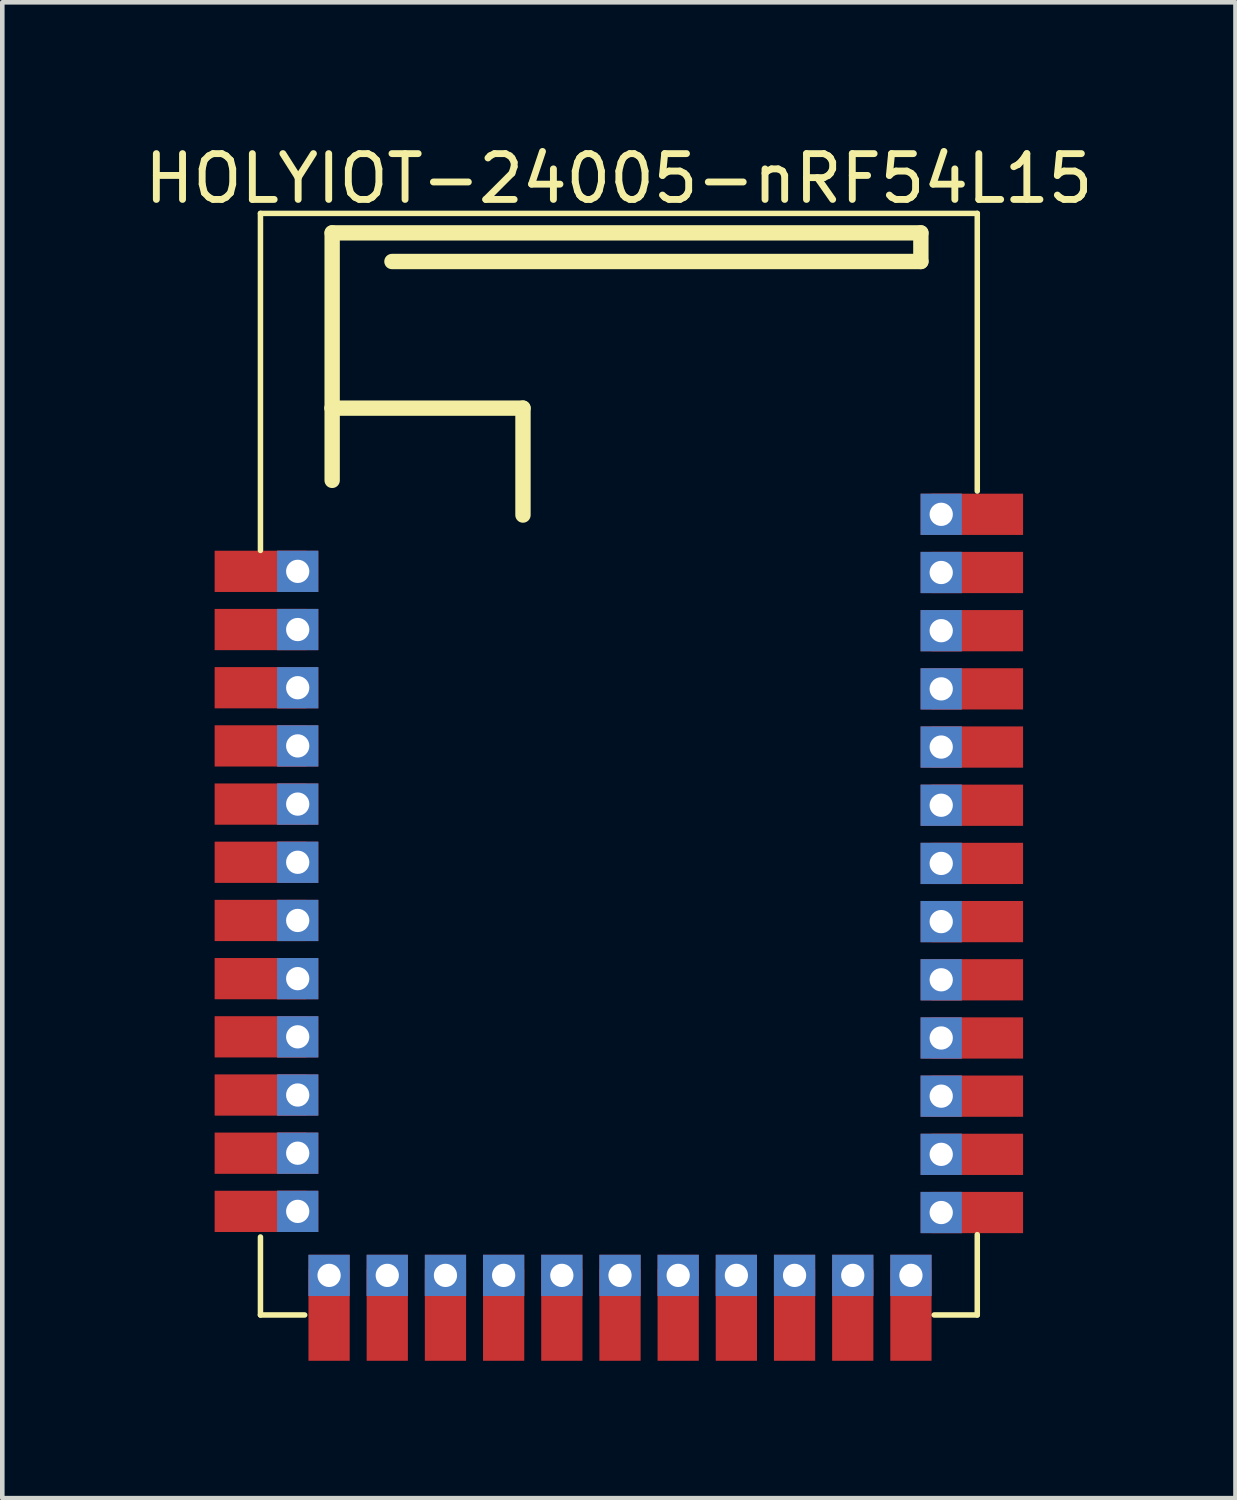
<source format=kicad_pcb>
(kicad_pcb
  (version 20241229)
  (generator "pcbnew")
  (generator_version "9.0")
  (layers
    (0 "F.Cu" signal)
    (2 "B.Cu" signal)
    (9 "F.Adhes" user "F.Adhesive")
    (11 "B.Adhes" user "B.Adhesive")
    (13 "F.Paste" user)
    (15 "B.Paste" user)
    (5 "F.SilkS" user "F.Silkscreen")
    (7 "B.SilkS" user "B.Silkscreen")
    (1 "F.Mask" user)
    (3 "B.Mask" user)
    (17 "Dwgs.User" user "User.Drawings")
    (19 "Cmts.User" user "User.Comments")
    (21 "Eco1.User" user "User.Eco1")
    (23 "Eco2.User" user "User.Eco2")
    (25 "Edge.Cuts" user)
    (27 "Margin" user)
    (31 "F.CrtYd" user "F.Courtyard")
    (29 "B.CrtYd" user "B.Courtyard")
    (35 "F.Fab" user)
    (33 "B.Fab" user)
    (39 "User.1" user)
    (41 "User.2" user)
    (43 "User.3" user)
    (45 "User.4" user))
  (footprint "HOLYIOT-24005-nRF54L15"
    (layer "F.Cu")
    (at 10.458 16.914)
    (property "Reference" "HOLYIOT-24005-nRF54L15" (at 0 -16.066 0) (layer "F.SilkS") (effects (font (size 1 1) (thickness 0.15))))
    (fp_line (start -7.823 -15.306) (end 7.823 -15.306) (stroke (width 0.12) (type solid)) (layer "F.SilkS"))
    (fp_line (start -7.823 -7.95) (end -7.823 -15.306) (stroke (width 0.12) (type solid)) (layer "F.SilkS"))
    (fp_line (start -7.823 8.738) (end -7.823 7.036) (stroke (width 0.12) (type solid)) (layer "F.SilkS"))
    (fp_line (start -7.823 8.738) (end -6.858 8.738) (stroke (width 0.12) (type solid)) (layer "F.SilkS"))
    (fp_line (start -6.258 -14.881) (end 6.592 -14.881) (stroke (width 0.335) (type solid)) (layer "F.SilkS"))
    (fp_line (start -6.258 -11.056) (end -6.258 -14.881) (stroke (width 0.335) (type solid)) (layer "F.SilkS"))
    (fp_line (start -6.258 -11.056) (end -2.093 -11.056) (stroke (width 0.335) (type solid)) (layer "F.SilkS"))
    (fp_line (start -6.258 -9.479) (end -6.258 -11.056) (stroke (width 0.335) (type solid)) (layer "F.SilkS"))
    (fp_line (start -4.953 -14.256) (end 6.592 -14.256) (stroke (width 0.335) (type solid)) (layer "F.SilkS"))
    (fp_line (start -2.093 -8.722) (end -2.093 -11.056) (stroke (width 0.335) (type solid)) (layer "F.SilkS"))
    (fp_line (start 6.592 -14.256) (end 6.592 -14.881) (stroke (width 0.335) (type solid)) (layer "F.SilkS"))
    (fp_line (start 6.883 8.738) (end 7.823 8.738) (stroke (width 0.12) (type solid)) (layer "F.SilkS"))
    (fp_line (start 7.823 -9.246) (end 7.823 -15.306) (stroke (width 0.12) (type solid)) (layer "F.SilkS"))
    (fp_line (start 7.823 8.738) (end 7.823 6.985) (stroke (width 0.12) (type solid)) (layer "F.SilkS"))
    (pad "1" smd rect (at -7.823 -7.493 270) (size 0.9 2) (layers "F.Cu" "F.Mask" "F.Paste"))
    (pad "1" thru_hole rect (at -7.01 -7.493 270) (size 0.9 0.9) (drill 0.508) (layers "*.Cu" "*.Mask"))
    (pad "2" smd rect (at -7.823 -6.223 270) (size 0.9 2) (layers "F.Cu" "F.Mask" "F.Paste"))
    (pad "2" thru_hole rect (at -7.01 -6.223 270) (size 0.9 0.9) (drill 0.508) (layers "*.Cu" "*.Mask"))
    (pad "3" smd rect (at -7.823 -4.953 270) (size 0.9 2) (layers "F.Cu" "F.Mask" "F.Paste"))
    (pad "3" thru_hole rect (at -7.01 -4.953 270) (size 0.9 0.9) (drill 0.508) (layers "*.Cu" "*.Mask"))
    (pad "4" smd rect (at -7.823 -3.683 270) (size 0.9 2) (layers "F.Cu" "F.Mask" "F.Paste"))
    (pad "4" thru_hole rect (at -7.01 -3.683 270) (size 0.9 0.9) (drill 0.508) (layers "*.Cu" "*.Mask"))
    (pad "5" smd rect (at -7.823 -2.413 270) (size 0.9 2) (layers "F.Cu" "F.Mask" "F.Paste"))
    (pad "5" thru_hole rect (at -7.01 -2.413 270) (size 0.9 0.9) (drill 0.508) (layers "*.Cu" "*.Mask"))
    (pad "6" smd rect (at -7.823 -1.143 270) (size 0.9 2) (layers "F.Cu" "F.Mask" "F.Paste"))
    (pad "6" thru_hole rect (at -7.01 -1.143 270) (size 0.9 0.9) (drill 0.508) (layers "*.Cu" "*.Mask"))
    (pad "7" smd rect (at -7.823 0.127 270) (size 0.9 2) (layers "F.Cu" "F.Mask" "F.Paste"))
    (pad "7" thru_hole rect (at -7.01 0.127 270) (size 0.9 0.9) (drill 0.508) (layers "*.Cu" "*.Mask"))
    (pad "8" smd rect (at -7.823 1.397 270) (size 0.9 2) (layers "F.Cu" "F.Mask" "F.Paste"))
    (pad "8" thru_hole rect (at -7.01 1.397 270) (size 0.9 0.9) (drill 0.508) (layers "*.Cu" "*.Mask"))
    (pad "9" smd rect (at -7.823 2.667 270) (size 0.9 2) (layers "F.Cu" "F.Mask" "F.Paste"))
    (pad "9" thru_hole rect (at -7.01 2.667 270) (size 0.9 0.9) (drill 0.508) (layers "*.Cu" "*.Mask"))
    (pad "10" smd rect (at -7.823 3.937 270) (size 0.9 2) (layers "F.Cu" "F.Mask" "F.Paste"))
    (pad "10" thru_hole rect (at -7.01 3.937 270) (size 0.9 0.9) (drill 0.508) (layers "*.Cu" "*.Mask"))
    (pad "11" smd rect (at -7.823 5.207 270) (size 0.9 2) (layers "F.Cu" "F.Mask" "F.Paste"))
    (pad "11" thru_hole rect (at -7.01 5.207 270) (size 0.9 0.9) (drill 0.508) (layers "*.Cu" "*.Mask"))
    (pad "12" smd rect (at -7.823 6.477 270) (size 0.9 2) (layers "F.Cu" "F.Mask" "F.Paste"))
    (pad "12" thru_hole rect (at -7.01 6.477 270) (size 0.9 0.9) (drill 0.508) (layers "*.Cu" "*.Mask"))
    (pad "13" thru_hole rect (at -6.325 7.874) (size 0.9 0.9) (drill 0.508) (layers "*.Cu" "*.Mask"))
    (pad "13" smd rect (at -6.325 8.738) (size 0.9 2) (layers "F.Cu" "F.Mask" "F.Paste"))
    (pad "14" thru_hole rect (at -5.055 7.874) (size 0.9 0.9) (drill 0.508) (layers "*.Cu" "*.Mask"))
    (pad "14" smd rect (at -5.055 8.738) (size 0.9 2) (layers "F.Cu" "F.Mask" "F.Paste"))
    (pad "15" thru_hole rect (at -3.785 7.874) (size 0.9 0.9) (drill 0.508) (layers "*.Cu" "*.Mask"))
    (pad "15" smd rect (at -3.785 8.738) (size 0.9 2) (layers "F.Cu" "F.Mask" "F.Paste"))
    (pad "16" thru_hole rect (at -2.515 7.874) (size 0.9 0.9) (drill 0.508) (layers "*.Cu" "*.Mask"))
    (pad "16" smd rect (at -2.515 8.738) (size 0.9 2) (layers "F.Cu" "F.Mask" "F.Paste"))
    (pad "17" thru_hole rect (at -1.245 7.874) (size 0.9 0.9) (drill 0.508) (layers "*.Cu" "*.Mask"))
    (pad "17" smd rect (at -1.245 8.738) (size 0.9 2) (layers "F.Cu" "F.Mask" "F.Paste"))
    (pad "18" thru_hole rect (at 0.025 7.874) (size 0.9 0.9) (drill 0.508) (layers "*.Cu" "*.Mask"))
    (pad "18" smd rect (at 0.025 8.738) (size 0.9 2) (layers "F.Cu" "F.Mask" "F.Paste"))
    (pad "19" thru_hole rect (at 1.295 7.874) (size 0.9 0.9) (drill 0.508) (layers "*.Cu" "*.Mask"))
    (pad "19" smd rect (at 1.295 8.738) (size 0.9 2) (layers "F.Cu" "F.Mask" "F.Paste"))
    (pad "20" thru_hole rect (at 2.565 7.874) (size 0.9 0.9) (drill 0.508) (layers "*.Cu" "*.Mask"))
    (pad "20" smd rect (at 2.565 8.738) (size 0.9 2) (layers "F.Cu" "F.Mask" "F.Paste"))
    (pad "21" thru_hole rect (at 3.835 7.874) (size 0.9 0.9) (drill 0.508) (layers "*.Cu" "*.Mask"))
    (pad "21" smd rect (at 3.835 8.738) (size 0.9 2) (layers "F.Cu" "F.Mask" "F.Paste"))
    (pad "22" thru_hole rect (at 5.105 7.874) (size 0.9 0.9) (drill 0.508) (layers "*.Cu" "*.Mask"))
    (pad "22" smd rect (at 5.105 8.738) (size 0.9 2) (layers "F.Cu" "F.Mask" "F.Paste"))
    (pad "23" thru_hole rect (at 6.375 7.874) (size 0.9 0.9) (drill 0.508) (layers "*.Cu" "*.Mask"))
    (pad "23" smd rect (at 6.375 8.738) (size 0.9 2) (layers "F.Cu" "F.Mask" "F.Paste"))
    (pad "24" thru_hole rect (at 7.036 6.502 90) (size 0.9 0.9) (drill 0.508) (layers "*.Cu" "*.Mask"))
    (pad "24" smd rect (at 7.823 6.502 90) (size 0.9 2) (layers "F.Cu" "F.Mask" "F.Paste"))
    (pad "25" thru_hole rect (at 7.036 5.232 90) (size 0.9 0.9) (drill 0.508) (layers "*.Cu" "*.Mask"))
    (pad "25" smd rect (at 7.823 5.232 90) (size 0.9 2) (layers "F.Cu" "F.Mask" "F.Paste"))
    (pad "26" thru_hole rect (at 7.036 3.962 90) (size 0.9 0.9) (drill 0.508) (layers "*.Cu" "*.Mask"))
    (pad "26" smd rect (at 7.823 3.962 90) (size 0.9 2) (layers "F.Cu" "F.Mask" "F.Paste"))
    (pad "27" thru_hole rect (at 7.036 2.692 90) (size 0.9 0.9) (drill 0.508) (layers "*.Cu" "*.Mask"))
    (pad "27" smd rect (at 7.823 2.692 90) (size 0.9 2) (layers "F.Cu" "F.Mask" "F.Paste"))
    (pad "28" thru_hole rect (at 7.036 1.422 90) (size 0.9 0.9) (drill 0.508) (layers "*.Cu" "*.Mask"))
    (pad "28" smd rect (at 7.823 1.422 90) (size 0.9 2) (layers "F.Cu" "F.Mask" "F.Paste"))
    (pad "29" thru_hole rect (at 7.036 0.152 90) (size 0.9 0.9) (drill 0.508) (layers "*.Cu" "*.Mask"))
    (pad "29" smd rect (at 7.823 0.152 90) (size 0.9 2) (layers "F.Cu" "F.Mask" "F.Paste"))
    (pad "30" thru_hole rect (at 7.036 -1.118 90) (size 0.9 0.9) (drill 0.508) (layers "*.Cu" "*.Mask"))
    (pad "30" smd rect (at 7.823 -1.118 90) (size 0.9 2) (layers "F.Cu" "F.Mask" "F.Paste"))
    (pad "31" thru_hole rect (at 7.036 -2.388 90) (size 0.9 0.9) (drill 0.508) (layers "*.Cu" "*.Mask"))
    (pad "31" smd rect (at 7.823 -2.388 90) (size 0.9 2) (layers "F.Cu" "F.Mask" "F.Paste"))
    (pad "32" thru_hole rect (at 7.036 -3.658 90) (size 0.9 0.9) (drill 0.508) (layers "*.Cu" "*.Mask"))
    (pad "32" smd rect (at 7.823 -3.658 90) (size 0.9 2) (layers "F.Cu" "F.Mask" "F.Paste"))
    (pad "33" thru_hole rect (at 7.036 -4.928 90) (size 0.9 0.9) (drill 0.508) (layers "*.Cu" "*.Mask"))
    (pad "33" smd rect (at 7.823 -4.928 90) (size 0.9 2) (layers "F.Cu" "F.Mask" "F.Paste"))
    (pad "34" thru_hole rect (at 7.036 -6.198 90) (size 0.9 0.9) (drill 0.508) (layers "*.Cu" "*.Mask"))
    (pad "34" smd rect (at 7.823 -6.198 90) (size 0.9 2) (layers "F.Cu" "F.Mask" "F.Paste"))
    (pad "35" thru_hole rect (at 7.036 -7.468 90) (size 0.9 0.9) (drill 0.508) (layers "*.Cu" "*.Mask"))
    (pad "35" smd rect (at 7.823 -7.468 90) (size 0.9 2) (layers "F.Cu" "F.Mask" "F.Paste"))
    (pad "36" thru_hole rect (at 7.036 -8.738 90) (size 0.9 0.9) (drill 0.508) (layers "*.Cu" "*.Mask"))
    (pad "36" smd rect (at 7.823 -8.738 90) (size 0.9 2) (layers "F.Cu" "F.Mask" "F.Paste")))
  (gr_rect
    (start -3 -3)
    (end 23.917 29.651)
    (stroke (width 0.1) (type default))
    (fill no)
    (layer "Edge.Cuts")))
</source>
